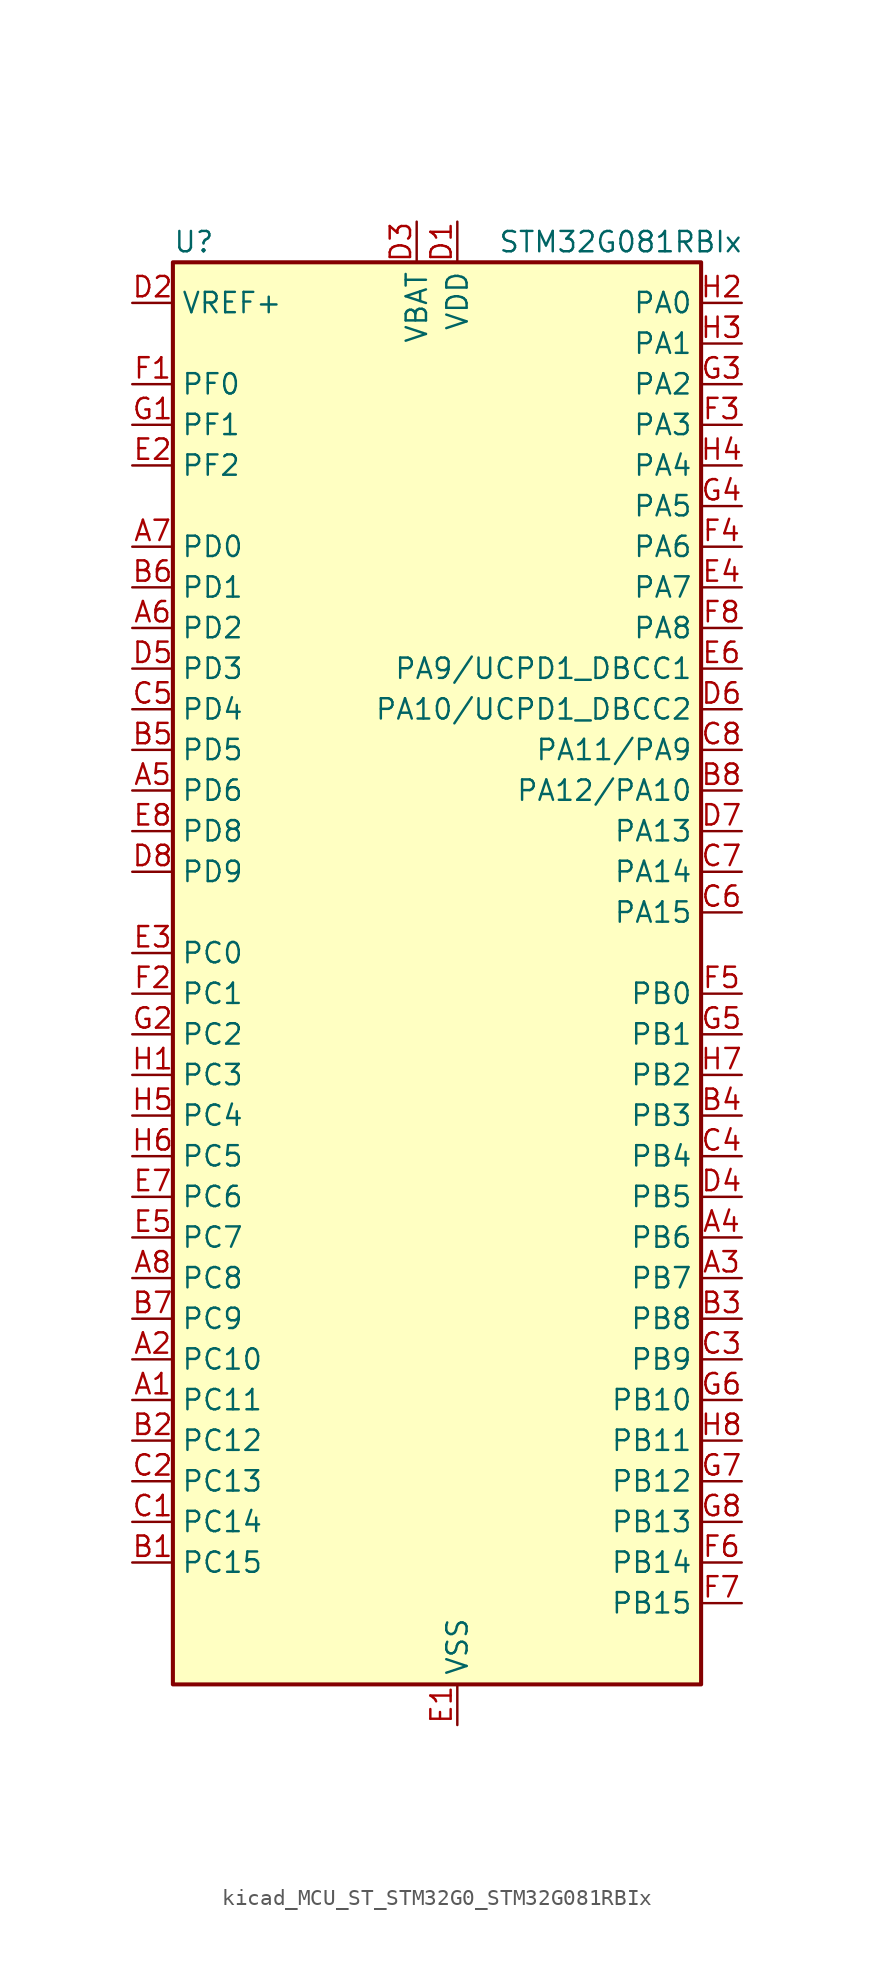
<source format=kicad_sym>
(kicad_symbol_lib
  (version 20220914)
  (generator kicad_symbol_editor)
  (symbol "kicad_MCU_ST_STM32G0_STM32G081RBIx"
    (property "Reference" "U"
      (at -15.24 46.99 0)
      (effects (font (size 1.27 1.27)) (justify left)))
    (property "Value" "STM32G081RBIx"
      (at 5.08 46.99 0)
      (effects (font (size 1.27 1.27)) (justify left)))
    (property "ki_locked" ""
      (at 0 0 0)
      (effects (font (size 1.27 1.27))))
    (symbol "kicad_MCU_ST_STM32G0_STM32G081RBIx_0_1"
      (rectangle (start -15.24 -43.18) (end 17.78 45.72) (stroke (width 0.254) (type default)) (fill (type background))))
    (symbol "kicad_MCU_ST_STM32G0_STM32G081RBIx_1_1"
      (pin bidirectional line (at -17.78 -25.4 0) (length 2.54) (name "PC11" (effects (font (size 1.27 1.27)))) (number "A1" (effects (font (size 1.27 1.27)))) (alternate "ADC1_EXTI11" bidirectional line) (alternate "TIM1_CH4" bidirectional line) (alternate "USART3_RX" bidirectional line) (alternate "USART4_RX" bidirectional line))
      (pin bidirectional line (at -17.78 -22.86 0) (length 2.54) (name "PC10" (effects (font (size 1.27 1.27)))) (number "A2" (effects (font (size 1.27 1.27)))) (alternate "TIM1_CH3" bidirectional line) (alternate "USART3_TX" bidirectional line) (alternate "USART4_TX" bidirectional line))
      (pin bidirectional line (at 20.32 -17.78 180) (length 2.54) (name "PB7" (effects (font (size 1.27 1.27)))) (number "A3" (effects (font (size 1.27 1.27)))) (alternate "COMP2_INM" bidirectional line) (alternate "I2C1_SDA" bidirectional line) (alternate "LPTIM1_IN2" bidirectional line) (alternate "SPI2_MOSI" bidirectional line) (alternate "SYS_PVD_IN" bidirectional line) (alternate "TIM17_CH1N" bidirectional line) (alternate "USART1_RX" bidirectional line) (alternate "USART4_CTS" bidirectional line) (alternate "USART4_NSS" bidirectional line))
      (pin bidirectional line (at 20.32 -15.24 180) (length 2.54) (name "PB6" (effects (font (size 1.27 1.27)))) (number "A4" (effects (font (size 1.27 1.27)))) (alternate "COMP2_INP" bidirectional line) (alternate "I2C1_SCL" bidirectional line) (alternate "LPTIM1_ETR" bidirectional line) (alternate "SPI2_MISO" bidirectional line) (alternate "TIM16_CH1N" bidirectional line) (alternate "TIM1_CH3" bidirectional line) (alternate "USART1_TX" bidirectional line))
      (pin bidirectional line (at -17.78 12.7 0) (length 2.54) (name "PD6" (effects (font (size 1.27 1.27)))) (number "A5" (effects (font (size 1.27 1.27)))) (alternate "I2S1_SD" bidirectional line) (alternate "LPTIM2_OUT" bidirectional line) (alternate "SPI1_MOSI" bidirectional line) (alternate "USART2_RX" bidirectional line))
      (pin bidirectional line (at -17.78 22.86 0) (length 2.54) (name "PD2" (effects (font (size 1.27 1.27)))) (number "A6" (effects (font (size 1.27 1.27)))) (alternate "TIM1_CH1N" bidirectional line) (alternate "TIM3_ETR" bidirectional line) (alternate "UCPD2_CC2" bidirectional line) (alternate "USART3_CK" bidirectional line) (alternate "USART3_DE" bidirectional line) (alternate "USART3_RTS" bidirectional line))
      (pin bidirectional line (at -17.78 27.94 0) (length 2.54) (name "PD0" (effects (font (size 1.27 1.27)))) (number "A7" (effects (font (size 1.27 1.27)))) (alternate "SPI2_NSS" bidirectional line) (alternate "TIM16_CH1" bidirectional line) (alternate "UCPD2_CC1" bidirectional line))
      (pin bidirectional line (at -17.78 -17.78 0) (length 2.54) (name "PC8" (effects (font (size 1.27 1.27)))) (number "A8" (effects (font (size 1.27 1.27)))) (alternate "TIM1_CH1" bidirectional line) (alternate "TIM3_CH3" bidirectional line) (alternate "UCPD2_FRSTX1" bidirectional line) (alternate "UCPD2_FRSTX2" bidirectional line))
      (pin bidirectional line (at -17.78 -35.56 0) (length 2.54) (name "PC15" (effects (font (size 1.27 1.27)))) (number "B1" (effects (font (size 1.27 1.27)))) (alternate "RCC_OSC32_EN" bidirectional line) (alternate "RCC_OSC32_OUT" bidirectional line) (alternate "RCC_OSC_EN" bidirectional line) (alternate "TIM15_BK" bidirectional line))
      (pin bidirectional line (at -17.78 -27.94 0) (length 2.54) (name "PC12" (effects (font (size 1.27 1.27)))) (number "B2" (effects (font (size 1.27 1.27)))) (alternate "LPTIM1_IN1" bidirectional line) (alternate "TIM14_CH1" bidirectional line) (alternate "UCPD1_FRSTX1" bidirectional line) (alternate "UCPD1_FRSTX2" bidirectional line))
      (pin bidirectional line (at 20.32 -20.32 180) (length 2.54) (name "PB8" (effects (font (size 1.27 1.27)))) (number "B3" (effects (font (size 1.27 1.27)))) (alternate "CEC" bidirectional line) (alternate "I2C1_SCL" bidirectional line) (alternate "SPI2_SCK" bidirectional line) (alternate "TIM15_BK" bidirectional line) (alternate "TIM16_CH1" bidirectional line) (alternate "USART3_TX" bidirectional line))
      (pin bidirectional line (at 20.32 -7.62 180) (length 2.54) (name "PB3" (effects (font (size 1.27 1.27)))) (number "B4" (effects (font (size 1.27 1.27)))) (alternate "COMP2_INM" bidirectional line) (alternate "I2S1_CK" bidirectional line) (alternate "SPI1_SCK" bidirectional line) (alternate "TIM1_CH2" bidirectional line) (alternate "TIM2_CH2" bidirectional line) (alternate "USART1_CK" bidirectional line) (alternate "USART1_DE" bidirectional line) (alternate "USART1_RTS" bidirectional line))
      (pin bidirectional line (at -17.78 15.24 0) (length 2.54) (name "PD5" (effects (font (size 1.27 1.27)))) (number "B5" (effects (font (size 1.27 1.27)))) (alternate "I2S1_MCK" bidirectional line) (alternate "SPI1_MISO" bidirectional line) (alternate "TIM1_BK" bidirectional line) (alternate "USART2_TX" bidirectional line))
      (pin bidirectional line (at -17.78 25.4 0) (length 2.54) (name "PD1" (effects (font (size 1.27 1.27)))) (number "B6" (effects (font (size 1.27 1.27)))) (alternate "SPI2_SCK" bidirectional line) (alternate "TIM17_CH1" bidirectional line) (alternate "UCPD2_DBCC1" bidirectional line))
      (pin bidirectional line (at -17.78 -20.32 0) (length 2.54) (name "PC9" (effects (font (size 1.27 1.27)))) (number "B7" (effects (font (size 1.27 1.27)))) (alternate "DAC1_EXTI9" bidirectional line) (alternate "I2S_CKIN" bidirectional line) (alternate "TIM1_CH2" bidirectional line) (alternate "TIM3_CH4" bidirectional line))
      (pin bidirectional line (at 20.32 12.7 180) (length 2.54) (name "PA12/PA10" (effects (font (size 1.27 1.27)))) (number "B8" (effects (font (size 1.27 1.27)))) (alternate "COMP2_OUT" bidirectional line) (alternate "I2C2_SDA" bidirectional line) (alternate "I2S1_SD" bidirectional line) (alternate "I2S_CKIN" bidirectional line) (alternate "SPI1_MOSI" bidirectional line) (alternate "TIM1_ETR" bidirectional line) (alternate "USART1_CK" bidirectional line) (alternate "USART1_DE" bidirectional line) (alternate "USART1_RTS" bidirectional line))
      (pin bidirectional line (at -17.78 -33.02 0) (length 2.54) (name "PC14" (effects (font (size 1.27 1.27)))) (number "C1" (effects (font (size 1.27 1.27)))) (alternate "RCC_OSC32_IN" bidirectional line) (alternate "TIM1_BK2" bidirectional line))
      (pin bidirectional line (at -17.78 -30.48 0) (length 2.54) (name "PC13" (effects (font (size 1.27 1.27)))) (number "C2" (effects (font (size 1.27 1.27)))) (alternate "RTC_OUT_ALARM" bidirectional line) (alternate "RTC_OUT_CALIB" bidirectional line) (alternate "RTC_TAMP_IN1" bidirectional line) (alternate "RTC_TS" bidirectional line) (alternate "SYS_WKUP2" bidirectional line) (alternate "TIM1_BK" bidirectional line))
      (pin bidirectional line (at 20.32 -22.86 180) (length 2.54) (name "PB9" (effects (font (size 1.27 1.27)))) (number "C3" (effects (font (size 1.27 1.27)))) (alternate "DAC1_EXTI9" bidirectional line) (alternate "I2C1_SDA" bidirectional line) (alternate "IR_OUT" bidirectional line) (alternate "SPI2_NSS" bidirectional line) (alternate "TIM17_CH1" bidirectional line) (alternate "UCPD2_FRSTX1" bidirectional line) (alternate "UCPD2_FRSTX2" bidirectional line) (alternate "USART3_RX" bidirectional line))
      (pin bidirectional line (at 20.32 -10.16 180) (length 2.54) (name "PB4" (effects (font (size 1.27 1.27)))) (number "C4" (effects (font (size 1.27 1.27)))) (alternate "COMP2_INP" bidirectional line) (alternate "I2S1_MCK" bidirectional line) (alternate "SPI1_MISO" bidirectional line) (alternate "TIM17_BK" bidirectional line) (alternate "TIM3_CH1" bidirectional line) (alternate "USART1_CTS" bidirectional line) (alternate "USART1_NSS" bidirectional line))
      (pin bidirectional line (at -17.78 17.78 0) (length 2.54) (name "PD4" (effects (font (size 1.27 1.27)))) (number "C5" (effects (font (size 1.27 1.27)))) (alternate "SPI2_MOSI" bidirectional line) (alternate "TIM1_CH3N" bidirectional line) (alternate "USART2_CK" bidirectional line) (alternate "USART2_DE" bidirectional line) (alternate "USART2_RTS" bidirectional line))
      (pin bidirectional line (at 20.32 5.08 180) (length 2.54) (name "PA15" (effects (font (size 1.27 1.27)))) (number "C6" (effects (font (size 1.27 1.27)))) (alternate "I2S1_WS" bidirectional line) (alternate "SPI1_NSS" bidirectional line) (alternate "TIM2_CH1" bidirectional line) (alternate "TIM2_ETR" bidirectional line) (alternate "USART2_RX" bidirectional line) (alternate "USART3_CK" bidirectional line) (alternate "USART3_DE" bidirectional line) (alternate "USART3_RTS" bidirectional line) (alternate "USART4_CK" bidirectional line) (alternate "USART4_DE" bidirectional line) (alternate "USART4_RTS" bidirectional line))
      (pin bidirectional line (at 20.32 7.62 180) (length 2.54) (name "PA14" (effects (font (size 1.27 1.27)))) (number "C7" (effects (font (size 1.27 1.27)))) (alternate "SYS_SWCLK" bidirectional line) (alternate "USART2_TX" bidirectional line))
      (pin bidirectional line (at 20.32 15.24 180) (length 2.54) (name "PA11/PA9" (effects (font (size 1.27 1.27)))) (number "C8" (effects (font (size 1.27 1.27)))) (alternate "ADC1_EXTI11" bidirectional line) (alternate "COMP1_OUT" bidirectional line) (alternate "I2C2_SCL" bidirectional line) (alternate "I2S1_MCK" bidirectional line) (alternate "SPI1_MISO" bidirectional line) (alternate "TIM1_BK2" bidirectional line) (alternate "TIM1_CH4" bidirectional line) (alternate "USART1_CTS" bidirectional line) (alternate "USART1_NSS" bidirectional line))
      (pin power_in line (at 2.54 48.26 270) (length 2.54) (name "VDD" (effects (font (size 1.27 1.27)))) (number "D1" (effects (font (size 1.27 1.27)))))
      (pin input line (at -17.78 43.18 0) (length 2.54) (name "VREF+" (effects (font (size 1.27 1.27)))) (number "D2" (effects (font (size 1.27 1.27)))) (alternate "VREFBUF_OUT" bidirectional line))
      (pin power_in line (at 0 48.26 270) (length 2.54) (name "VBAT" (effects (font (size 1.27 1.27)))) (number "D3" (effects (font (size 1.27 1.27)))))
      (pin bidirectional line (at 20.32 -12.7 180) (length 2.54) (name "PB5" (effects (font (size 1.27 1.27)))) (number "D4" (effects (font (size 1.27 1.27)))) (alternate "COMP2_OUT" bidirectional line) (alternate "I2C1_SMBA" bidirectional line) (alternate "I2S1_SD" bidirectional line) (alternate "LPTIM1_IN1" bidirectional line) (alternate "SPI1_MOSI" bidirectional line) (alternate "SYS_WKUP6" bidirectional line) (alternate "TIM16_BK" bidirectional line) (alternate "TIM3_CH2" bidirectional line))
      (pin bidirectional line (at -17.78 20.32 0) (length 2.54) (name "PD3" (effects (font (size 1.27 1.27)))) (number "D5" (effects (font (size 1.27 1.27)))) (alternate "SPI2_MISO" bidirectional line) (alternate "TIM1_CH2N" bidirectional line) (alternate "UCPD2_DBCC2" bidirectional line) (alternate "USART2_CTS" bidirectional line) (alternate "USART2_NSS" bidirectional line))
      (pin bidirectional line (at 20.32 17.78 180) (length 2.54) (name "PA10/UCPD1_DBCC2" (effects (font (size 1.27 1.27)))) (number "D6" (effects (font (size 1.27 1.27)))) (alternate "I2C1_SDA" bidirectional line) (alternate "SPI2_MOSI" bidirectional line) (alternate "TIM17_BK" bidirectional line) (alternate "TIM1_CH3" bidirectional line) (alternate "UCPD1_DBCC2" bidirectional line) (alternate "USART1_RX" bidirectional line))
      (pin bidirectional line (at 20.32 10.16 180) (length 2.54) (name "PA13" (effects (font (size 1.27 1.27)))) (number "D7" (effects (font (size 1.27 1.27)))) (alternate "IR_OUT" bidirectional line) (alternate "SYS_SWDIO" bidirectional line))
      (pin bidirectional line (at -17.78 7.62 0) (length 2.54) (name "PD9" (effects (font (size 1.27 1.27)))) (number "D8" (effects (font (size 1.27 1.27)))) (alternate "DAC1_EXTI9" bidirectional line) (alternate "I2S1_WS" bidirectional line) (alternate "SPI1_NSS" bidirectional line) (alternate "TIM1_BK2" bidirectional line) (alternate "USART3_RX" bidirectional line))
      (pin power_in line (at 2.54 -45.72 90) (length 2.54) (name "VSS" (effects (font (size 1.27 1.27)))) (number "E1" (effects (font (size 1.27 1.27)))))
      (pin bidirectional line (at -17.78 33.02 0) (length 2.54) (name "PF2" (effects (font (size 1.27 1.27)))) (number "E2" (effects (font (size 1.27 1.27)))) (alternate "RCC_MCO" bidirectional line))
      (pin bidirectional line (at -17.78 2.54 0) (length 2.54) (name "PC0" (effects (font (size 1.27 1.27)))) (number "E3" (effects (font (size 1.27 1.27)))) (alternate "LPTIM1_IN1" bidirectional line) (alternate "LPTIM2_IN1" bidirectional line) (alternate "LPUART1_RX" bidirectional line))
      (pin bidirectional line (at 20.32 25.4 180) (length 2.54) (name "PA7" (effects (font (size 1.27 1.27)))) (number "E4" (effects (font (size 1.27 1.27)))) (alternate "ADC1_IN7" bidirectional line) (alternate "COMP2_OUT" bidirectional line) (alternate "I2S1_SD" bidirectional line) (alternate "SPI1_MOSI" bidirectional line) (alternate "TIM14_CH1" bidirectional line) (alternate "TIM17_CH1" bidirectional line) (alternate "TIM1_CH1N" bidirectional line) (alternate "TIM3_CH2" bidirectional line) (alternate "UCPD1_FRSTX1" bidirectional line) (alternate "UCPD1_FRSTX2" bidirectional line))
      (pin bidirectional line (at -17.78 -15.24 0) (length 2.54) (name "PC7" (effects (font (size 1.27 1.27)))) (number "E5" (effects (font (size 1.27 1.27)))) (alternate "TIM2_CH4" bidirectional line) (alternate "TIM3_CH2" bidirectional line) (alternate "UCPD2_FRSTX1" bidirectional line) (alternate "UCPD2_FRSTX2" bidirectional line))
      (pin bidirectional line (at 20.32 20.32 180) (length 2.54) (name "PA9/UCPD1_DBCC1" (effects (font (size 1.27 1.27)))) (number "E6" (effects (font (size 1.27 1.27)))) (alternate "DAC1_EXTI9" bidirectional line) (alternate "I2C1_SCL" bidirectional line) (alternate "RCC_MCO" bidirectional line) (alternate "SPI2_MISO" bidirectional line) (alternate "TIM15_BK" bidirectional line) (alternate "TIM1_CH2" bidirectional line) (alternate "UCPD1_DBCC1" bidirectional line) (alternate "USART1_TX" bidirectional line))
      (pin bidirectional line (at -17.78 -12.7 0) (length 2.54) (name "PC6" (effects (font (size 1.27 1.27)))) (number "E7" (effects (font (size 1.27 1.27)))) (alternate "TIM2_CH3" bidirectional line) (alternate "TIM3_CH1" bidirectional line) (alternate "UCPD1_FRSTX1" bidirectional line) (alternate "UCPD1_FRSTX2" bidirectional line))
      (pin bidirectional line (at -17.78 10.16 0) (length 2.54) (name "PD8" (effects (font (size 1.27 1.27)))) (number "E8" (effects (font (size 1.27 1.27)))) (alternate "I2S1_CK" bidirectional line) (alternate "LPTIM1_OUT" bidirectional line) (alternate "SPI1_SCK" bidirectional line) (alternate "USART3_TX" bidirectional line))
      (pin bidirectional line (at -17.78 38.1 0) (length 2.54) (name "PF0" (effects (font (size 1.27 1.27)))) (number "F1" (effects (font (size 1.27 1.27)))) (alternate "RCC_OSC_IN" bidirectional line) (alternate "TIM14_CH1" bidirectional line))
      (pin bidirectional line (at -17.78 0 0) (length 2.54) (name "PC1" (effects (font (size 1.27 1.27)))) (number "F2" (effects (font (size 1.27 1.27)))) (alternate "LPTIM1_OUT" bidirectional line) (alternate "LPUART1_TX" bidirectional line) (alternate "TIM15_CH1" bidirectional line))
      (pin bidirectional line (at 20.32 35.56 180) (length 2.54) (name "PA3" (effects (font (size 1.27 1.27)))) (number "F3" (effects (font (size 1.27 1.27)))) (alternate "ADC1_IN3" bidirectional line) (alternate "COMP2_INP" bidirectional line) (alternate "LPUART1_RX" bidirectional line) (alternate "SPI2_MISO" bidirectional line) (alternate "TIM15_CH2" bidirectional line) (alternate "TIM2_CH4" bidirectional line) (alternate "UCPD2_FRSTX1" bidirectional line) (alternate "UCPD2_FRSTX2" bidirectional line) (alternate "USART2_RX" bidirectional line))
      (pin bidirectional line (at 20.32 27.94 180) (length 2.54) (name "PA6" (effects (font (size 1.27 1.27)))) (number "F4" (effects (font (size 1.27 1.27)))) (alternate "ADC1_IN6" bidirectional line) (alternate "COMP1_OUT" bidirectional line) (alternate "I2S1_MCK" bidirectional line) (alternate "LPUART1_CTS" bidirectional line) (alternate "SPI1_MISO" bidirectional line) (alternate "TIM16_CH1" bidirectional line) (alternate "TIM1_BK" bidirectional line) (alternate "TIM3_CH1" bidirectional line) (alternate "USART3_CTS" bidirectional line) (alternate "USART3_NSS" bidirectional line))
      (pin bidirectional line (at 20.32 0 180) (length 2.54) (name "PB0" (effects (font (size 1.27 1.27)))) (number "F5" (effects (font (size 1.27 1.27)))) (alternate "ADC1_IN8" bidirectional line) (alternate "COMP1_OUT" bidirectional line) (alternate "I2S1_WS" bidirectional line) (alternate "LPTIM1_OUT" bidirectional line) (alternate "SPI1_NSS" bidirectional line) (alternate "TIM1_CH2N" bidirectional line) (alternate "TIM3_CH3" bidirectional line) (alternate "UCPD1_FRSTX1" bidirectional line) (alternate "UCPD1_FRSTX2" bidirectional line) (alternate "USART3_RX" bidirectional line))
      (pin bidirectional line (at 20.32 -35.56 180) (length 2.54) (name "PB14" (effects (font (size 1.27 1.27)))) (number "F6" (effects (font (size 1.27 1.27)))) (alternate "I2C2_SDA" bidirectional line) (alternate "SPI2_MISO" bidirectional line) (alternate "TIM15_CH1" bidirectional line) (alternate "TIM1_CH2N" bidirectional line) (alternate "UCPD1_FRSTX1" bidirectional line) (alternate "UCPD1_FRSTX2" bidirectional line) (alternate "USART3_CK" bidirectional line) (alternate "USART3_DE" bidirectional line) (alternate "USART3_RTS" bidirectional line))
      (pin bidirectional line (at 20.32 -38.1 180) (length 2.54) (name "PB15" (effects (font (size 1.27 1.27)))) (number "F7" (effects (font (size 1.27 1.27)))) (alternate "RTC_REFIN" bidirectional line) (alternate "SPI2_MOSI" bidirectional line) (alternate "TIM15_CH1N" bidirectional line) (alternate "TIM15_CH2" bidirectional line) (alternate "TIM1_CH3N" bidirectional line) (alternate "UCPD1_CC2" bidirectional line))
      (pin bidirectional line (at 20.32 22.86 180) (length 2.54) (name "PA8" (effects (font (size 1.27 1.27)))) (number "F8" (effects (font (size 1.27 1.27)))) (alternate "LPTIM2_OUT" bidirectional line) (alternate "RCC_MCO" bidirectional line) (alternate "SPI2_NSS" bidirectional line) (alternate "TIM1_CH1" bidirectional line) (alternate "UCPD1_CC1" bidirectional line))
      (pin bidirectional line (at -17.78 35.56 0) (length 2.54) (name "PF1" (effects (font (size 1.27 1.27)))) (number "G1" (effects (font (size 1.27 1.27)))) (alternate "RCC_OSC_EN" bidirectional line) (alternate "RCC_OSC_OUT" bidirectional line) (alternate "TIM15_CH1N" bidirectional line))
      (pin bidirectional line (at -17.78 -2.54 0) (length 2.54) (name "PC2" (effects (font (size 1.27 1.27)))) (number "G2" (effects (font (size 1.27 1.27)))) (alternate "LPTIM1_IN2" bidirectional line) (alternate "SPI2_MISO" bidirectional line) (alternate "TIM15_CH2" bidirectional line))
      (pin bidirectional line (at 20.32 38.1 180) (length 2.54) (name "PA2" (effects (font (size 1.27 1.27)))) (number "G3" (effects (font (size 1.27 1.27)))) (alternate "ADC1_IN2" bidirectional line) (alternate "COMP2_INM" bidirectional line) (alternate "COMP2_OUT" bidirectional line) (alternate "I2S1_SD" bidirectional line) (alternate "LPUART1_TX" bidirectional line) (alternate "RCC_LSCO" bidirectional line) (alternate "SPI1_MOSI" bidirectional line) (alternate "SYS_WKUP4" bidirectional line) (alternate "TIM15_CH1" bidirectional line) (alternate "TIM2_CH3" bidirectional line) (alternate "UCPD1_FRSTX1" bidirectional line) (alternate "UCPD1_FRSTX2" bidirectional line) (alternate "USART2_TX" bidirectional line))
      (pin bidirectional line (at 20.32 30.48 180) (length 2.54) (name "PA5" (effects (font (size 1.27 1.27)))) (number "G4" (effects (font (size 1.27 1.27)))) (alternate "ADC1_IN5" bidirectional line) (alternate "CEC" bidirectional line) (alternate "DAC1_OUT2" bidirectional line) (alternate "I2S1_CK" bidirectional line) (alternate "LPTIM2_ETR" bidirectional line) (alternate "SPI1_SCK" bidirectional line) (alternate "TIM2_CH1" bidirectional line) (alternate "TIM2_ETR" bidirectional line) (alternate "UCPD1_FRSTX1" bidirectional line) (alternate "UCPD1_FRSTX2" bidirectional line) (alternate "USART3_TX" bidirectional line))
      (pin bidirectional line (at 20.32 -2.54 180) (length 2.54) (name "PB1" (effects (font (size 1.27 1.27)))) (number "G5" (effects (font (size 1.27 1.27)))) (alternate "ADC1_IN9" bidirectional line) (alternate "COMP1_INM" bidirectional line) (alternate "LPTIM2_IN1" bidirectional line) (alternate "LPUART1_DE" bidirectional line) (alternate "LPUART1_RTS" bidirectional line) (alternate "TIM14_CH1" bidirectional line) (alternate "TIM1_CH3N" bidirectional line) (alternate "TIM3_CH4" bidirectional line) (alternate "USART3_CK" bidirectional line) (alternate "USART3_DE" bidirectional line) (alternate "USART3_RTS" bidirectional line))
      (pin bidirectional line (at 20.32 -25.4 180) (length 2.54) (name "PB10" (effects (font (size 1.27 1.27)))) (number "G6" (effects (font (size 1.27 1.27)))) (alternate "ADC1_IN11" bidirectional line) (alternate "CEC" bidirectional line) (alternate "COMP1_OUT" bidirectional line) (alternate "I2C2_SCL" bidirectional line) (alternate "LPUART1_RX" bidirectional line) (alternate "SPI2_SCK" bidirectional line) (alternate "TIM2_CH3" bidirectional line) (alternate "USART3_TX" bidirectional line))
      (pin bidirectional line (at 20.32 -30.48 180) (length 2.54) (name "PB12" (effects (font (size 1.27 1.27)))) (number "G7" (effects (font (size 1.27 1.27)))) (alternate "ADC1_IN16" bidirectional line) (alternate "LPUART1_DE" bidirectional line) (alternate "LPUART1_RTS" bidirectional line) (alternate "SPI2_NSS" bidirectional line) (alternate "TIM15_BK" bidirectional line) (alternate "TIM1_BK" bidirectional line) (alternate "UCPD2_FRSTX1" bidirectional line) (alternate "UCPD2_FRSTX2" bidirectional line))
      (pin bidirectional line (at 20.32 -33.02 180) (length 2.54) (name "PB13" (effects (font (size 1.27 1.27)))) (number "G8" (effects (font (size 1.27 1.27)))) (alternate "I2C2_SCL" bidirectional line) (alternate "LPUART1_CTS" bidirectional line) (alternate "SPI2_SCK" bidirectional line) (alternate "TIM15_CH1N" bidirectional line) (alternate "TIM1_CH1N" bidirectional line) (alternate "USART3_CTS" bidirectional line) (alternate "USART3_NSS" bidirectional line))
      (pin bidirectional line (at -17.78 -5.08 0) (length 2.54) (name "PC3" (effects (font (size 1.27 1.27)))) (number "H1" (effects (font (size 1.27 1.27)))) (alternate "LPTIM1_ETR" bidirectional line) (alternate "LPTIM2_ETR" bidirectional line) (alternate "SPI2_MOSI" bidirectional line))
      (pin bidirectional line (at 20.32 43.18 180) (length 2.54) (name "PA0" (effects (font (size 1.27 1.27)))) (number "H2" (effects (font (size 1.27 1.27)))) (alternate "ADC1_IN0" bidirectional line) (alternate "COMP1_INM" bidirectional line) (alternate "COMP1_OUT" bidirectional line) (alternate "LPTIM1_OUT" bidirectional line) (alternate "RTC_TAMP_IN2" bidirectional line) (alternate "SPI2_SCK" bidirectional line) (alternate "SYS_WKUP1" bidirectional line) (alternate "TIM2_CH1" bidirectional line) (alternate "TIM2_ETR" bidirectional line) (alternate "UCPD2_FRSTX1" bidirectional line) (alternate "UCPD2_FRSTX2" bidirectional line) (alternate "USART2_CTS" bidirectional line) (alternate "USART2_NSS" bidirectional line) (alternate "USART4_TX" bidirectional line))
      (pin bidirectional line (at 20.32 40.64 180) (length 2.54) (name "PA1" (effects (font (size 1.27 1.27)))) (number "H3" (effects (font (size 1.27 1.27)))) (alternate "ADC1_IN1" bidirectional line) (alternate "COMP1_INP" bidirectional line) (alternate "I2C1_SMBA" bidirectional line) (alternate "I2S1_CK" bidirectional line) (alternate "SPI1_SCK" bidirectional line) (alternate "TIM15_CH1N" bidirectional line) (alternate "TIM2_CH2" bidirectional line) (alternate "USART2_CK" bidirectional line) (alternate "USART2_DE" bidirectional line) (alternate "USART2_RTS" bidirectional line) (alternate "USART4_RX" bidirectional line))
      (pin bidirectional line (at 20.32 33.02 180) (length 2.54) (name "PA4" (effects (font (size 1.27 1.27)))) (number "H4" (effects (font (size 1.27 1.27)))) (alternate "ADC1_IN4" bidirectional line) (alternate "DAC1_OUT1" bidirectional line) (alternate "I2S1_WS" bidirectional line) (alternate "LPTIM2_OUT" bidirectional line) (alternate "RTC_OUT_ALARM" bidirectional line) (alternate "RTC_OUT_CALIB" bidirectional line) (alternate "SPI1_NSS" bidirectional line) (alternate "SPI2_MOSI" bidirectional line) (alternate "TIM14_CH1" bidirectional line) (alternate "UCPD2_FRSTX1" bidirectional line) (alternate "UCPD2_FRSTX2" bidirectional line))
      (pin bidirectional line (at -17.78 -7.62 0) (length 2.54) (name "PC4" (effects (font (size 1.27 1.27)))) (number "H5" (effects (font (size 1.27 1.27)))) (alternate "ADC1_IN17" bidirectional line) (alternate "COMP1_INM" bidirectional line) (alternate "TIM2_CH1" bidirectional line) (alternate "TIM2_ETR" bidirectional line) (alternate "USART1_TX" bidirectional line) (alternate "USART3_TX" bidirectional line))
      (pin bidirectional line (at -17.78 -10.16 0) (length 2.54) (name "PC5" (effects (font (size 1.27 1.27)))) (number "H6" (effects (font (size 1.27 1.27)))) (alternate "ADC1_IN18" bidirectional line) (alternate "COMP1_INP" bidirectional line) (alternate "SYS_WKUP5" bidirectional line) (alternate "TIM2_CH2" bidirectional line) (alternate "USART1_RX" bidirectional line) (alternate "USART3_RX" bidirectional line))
      (pin bidirectional line (at 20.32 -5.08 180) (length 2.54) (name "PB2" (effects (font (size 1.27 1.27)))) (number "H7" (effects (font (size 1.27 1.27)))) (alternate "ADC1_IN10" bidirectional line) (alternate "COMP1_INP" bidirectional line) (alternate "LPTIM1_OUT" bidirectional line) (alternate "SPI2_MISO" bidirectional line) (alternate "USART3_TX" bidirectional line))
      (pin bidirectional line (at 20.32 -27.94 180) (length 2.54) (name "PB11" (effects (font (size 1.27 1.27)))) (number "H8" (effects (font (size 1.27 1.27)))) (alternate "ADC1_EXTI11" bidirectional line) (alternate "ADC1_IN15" bidirectional line) (alternate "COMP2_OUT" bidirectional line) (alternate "I2C2_SDA" bidirectional line) (alternate "LPUART1_TX" bidirectional line) (alternate "SPI2_MOSI" bidirectional line) (alternate "TIM2_CH4" bidirectional line) (alternate "USART3_RX" bidirectional line)))))
</source>
